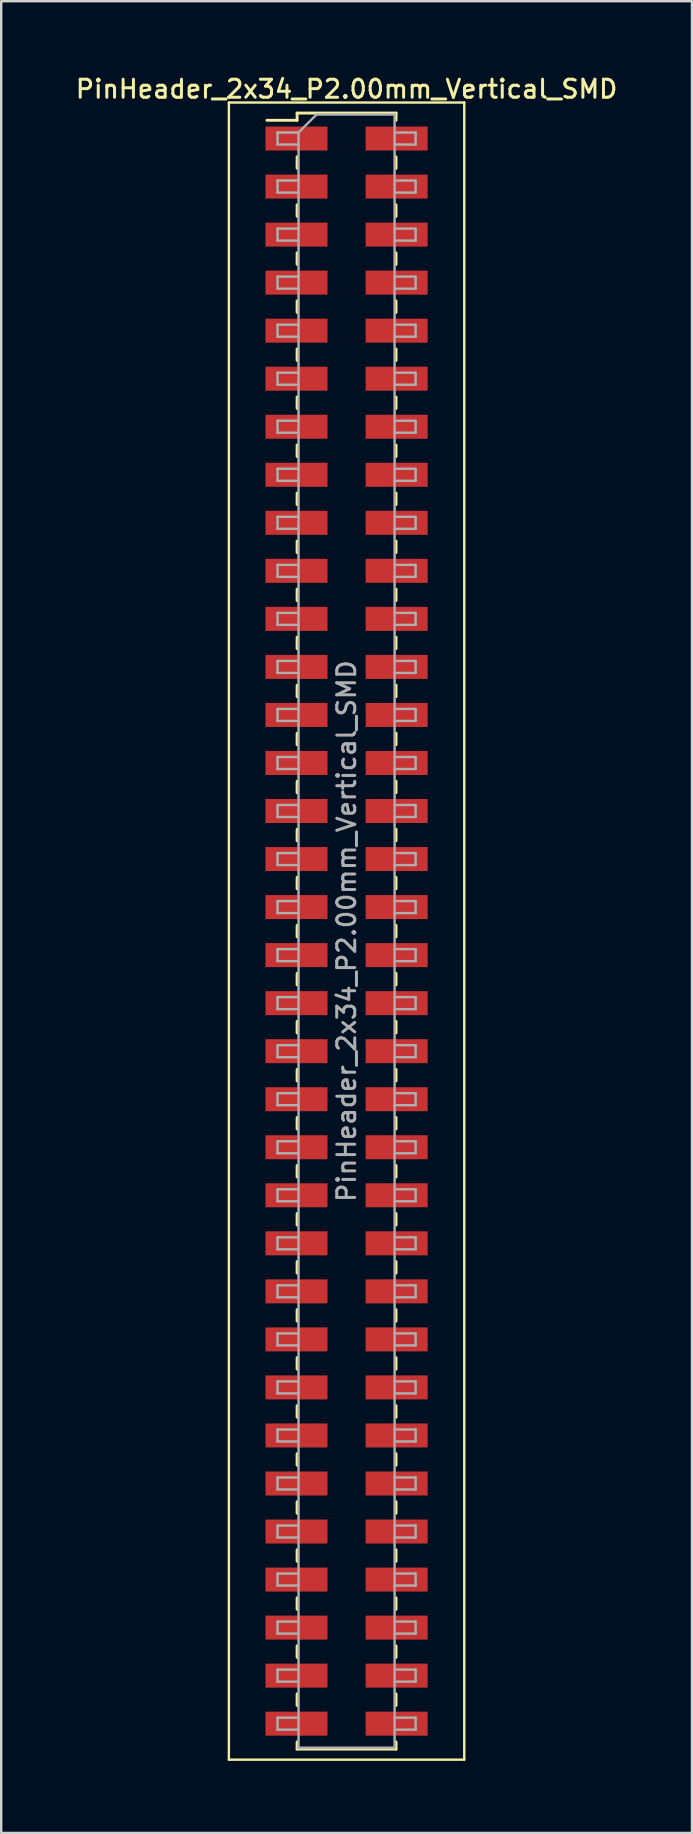
<source format=kicad_pcb>
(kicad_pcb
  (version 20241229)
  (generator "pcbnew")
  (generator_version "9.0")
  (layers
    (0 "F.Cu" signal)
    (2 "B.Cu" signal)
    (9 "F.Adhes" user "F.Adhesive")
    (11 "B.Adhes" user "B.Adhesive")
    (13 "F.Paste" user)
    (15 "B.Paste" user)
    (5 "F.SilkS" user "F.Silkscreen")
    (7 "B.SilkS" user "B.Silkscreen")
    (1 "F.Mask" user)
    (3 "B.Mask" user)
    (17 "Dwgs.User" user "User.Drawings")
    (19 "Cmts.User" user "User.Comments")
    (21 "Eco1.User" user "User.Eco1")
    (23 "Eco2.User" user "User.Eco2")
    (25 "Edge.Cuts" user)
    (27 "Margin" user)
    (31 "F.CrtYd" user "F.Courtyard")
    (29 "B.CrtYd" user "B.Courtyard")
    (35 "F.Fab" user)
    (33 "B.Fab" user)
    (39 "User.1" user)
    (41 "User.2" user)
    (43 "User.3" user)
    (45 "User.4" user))
  (footprint "PinHeader_2x34_P2.00mm_Vertical_SMD"
    (layer "F.Cu")
    (at 11.38 35.718)
    (property "Reference" "PinHeader_2x34_P2.00mm_Vertical_SMD" (at 0 -35.06 0) (layer "F.SilkS") (effects (font (size 0.75 0.75) (thickness 0.125))))
    (attr smd)
    (fp_line (start -4.9 -34.5) (end -4.9 34.5) (stroke (width 0.1) (type solid)) (layer "F.SilkS"))
    (fp_line (start -4.9 34.5) (end 4.9 34.5) (stroke (width 0.1) (type solid)) (layer "F.SilkS"))
    (fp_line (start -3.315 -33.76) (end -2.06 -33.76) (stroke (width 0.12) (type solid)) (layer "F.SilkS"))
    (fp_line (start -2.06 -34.06) (end -2.06 -33.76) (stroke (width 0.12) (type solid)) (layer "F.SilkS"))
    (fp_line (start -2.06 -34.06) (end 2.06 -34.06) (stroke (width 0.12) (type solid)) (layer "F.SilkS"))
    (fp_line (start -2.06 -32.24) (end -2.06 -31.76) (stroke (width 0.12) (type solid)) (layer "F.SilkS"))
    (fp_line (start -2.06 -30.24) (end -2.06 -29.76) (stroke (width 0.12) (type solid)) (layer "F.SilkS"))
    (fp_line (start -2.06 -28.24) (end -2.06 -27.76) (stroke (width 0.12) (type solid)) (layer "F.SilkS"))
    (fp_line (start -2.06 -26.24) (end -2.06 -25.76) (stroke (width 0.12) (type solid)) (layer "F.SilkS"))
    (fp_line (start -2.06 -24.24) (end -2.06 -23.76) (stroke (width 0.12) (type solid)) (layer "F.SilkS"))
    (fp_line (start -2.06 -22.24) (end -2.06 -21.76) (stroke (width 0.12) (type solid)) (layer "F.SilkS"))
    (fp_line (start -2.06 -20.24) (end -2.06 -19.76) (stroke (width 0.12) (type solid)) (layer "F.SilkS"))
    (fp_line (start -2.06 -18.24) (end -2.06 -17.76) (stroke (width 0.12) (type solid)) (layer "F.SilkS"))
    (fp_line (start -2.06 -16.24) (end -2.06 -15.76) (stroke (width 0.12) (type solid)) (layer "F.SilkS"))
    (fp_line (start -2.06 -14.24) (end -2.06 -13.76) (stroke (width 0.12) (type solid)) (layer "F.SilkS"))
    (fp_line (start -2.06 -12.24) (end -2.06 -11.76) (stroke (width 0.12) (type solid)) (layer "F.SilkS"))
    (fp_line (start -2.06 -10.24) (end -2.06 -9.76) (stroke (width 0.12) (type solid)) (layer "F.SilkS"))
    (fp_line (start -2.06 -8.24) (end -2.06 -7.76) (stroke (width 0.12) (type solid)) (layer "F.SilkS"))
    (fp_line (start -2.06 -6.24) (end -2.06 -5.76) (stroke (width 0.12) (type solid)) (layer "F.SilkS"))
    (fp_line (start -2.06 -4.24) (end -2.06 -3.76) (stroke (width 0.12) (type solid)) (layer "F.SilkS"))
    (fp_line (start -2.06 -2.24) (end -2.06 -1.76) (stroke (width 0.12) (type solid)) (layer "F.SilkS"))
    (fp_line (start -2.06 -0.24) (end -2.06 0.24) (stroke (width 0.12) (type solid)) (layer "F.SilkS"))
    (fp_line (start -2.06 1.76) (end -2.06 2.24) (stroke (width 0.12) (type solid)) (layer "F.SilkS"))
    (fp_line (start -2.06 3.76) (end -2.06 4.24) (stroke (width 0.12) (type solid)) (layer "F.SilkS"))
    (fp_line (start -2.06 5.76) (end -2.06 6.24) (stroke (width 0.12) (type solid)) (layer "F.SilkS"))
    (fp_line (start -2.06 7.76) (end -2.06 8.24) (stroke (width 0.12) (type solid)) (layer "F.SilkS"))
    (fp_line (start -2.06 9.76) (end -2.06 10.24) (stroke (width 0.12) (type solid)) (layer "F.SilkS"))
    (fp_line (start -2.06 11.76) (end -2.06 12.24) (stroke (width 0.12) (type solid)) (layer "F.SilkS"))
    (fp_line (start -2.06 13.76) (end -2.06 14.24) (stroke (width 0.12) (type solid)) (layer "F.SilkS"))
    (fp_line (start -2.06 15.76) (end -2.06 16.24) (stroke (width 0.12) (type solid)) (layer "F.SilkS"))
    (fp_line (start -2.06 17.76) (end -2.06 18.24) (stroke (width 0.12) (type solid)) (layer "F.SilkS"))
    (fp_line (start -2.06 19.76) (end -2.06 20.24) (stroke (width 0.12) (type solid)) (layer "F.SilkS"))
    (fp_line (start -2.06 21.76) (end -2.06 22.24) (stroke (width 0.12) (type solid)) (layer "F.SilkS"))
    (fp_line (start -2.06 23.76) (end -2.06 24.24) (stroke (width 0.12) (type solid)) (layer "F.SilkS"))
    (fp_line (start -2.06 25.76) (end -2.06 26.24) (stroke (width 0.12) (type solid)) (layer "F.SilkS"))
    (fp_line (start -2.06 27.76) (end -2.06 28.24) (stroke (width 0.12) (type solid)) (layer "F.SilkS"))
    (fp_line (start -2.06 29.76) (end -2.06 30.24) (stroke (width 0.12) (type solid)) (layer "F.SilkS"))
    (fp_line (start -2.06 31.76) (end -2.06 32.24) (stroke (width 0.12) (type solid)) (layer "F.SilkS"))
    (fp_line (start -2.06 33.76) (end -2.06 34.06) (stroke (width 0.12) (type solid)) (layer "F.SilkS"))
    (fp_line (start -2.06 34.06) (end 2.06 34.06) (stroke (width 0.12) (type solid)) (layer "F.SilkS"))
    (fp_line (start 2.06 -34.06) (end 2.06 -33.76) (stroke (width 0.12) (type solid)) (layer "F.SilkS"))
    (fp_line (start 2.06 -32.24) (end 2.06 -31.76) (stroke (width 0.12) (type solid)) (layer "F.SilkS"))
    (fp_line (start 2.06 -30.24) (end 2.06 -29.76) (stroke (width 0.12) (type solid)) (layer "F.SilkS"))
    (fp_line (start 2.06 -28.24) (end 2.06 -27.76) (stroke (width 0.12) (type solid)) (layer "F.SilkS"))
    (fp_line (start 2.06 -26.24) (end 2.06 -25.76) (stroke (width 0.12) (type solid)) (layer "F.SilkS"))
    (fp_line (start 2.06 -24.24) (end 2.06 -23.76) (stroke (width 0.12) (type solid)) (layer "F.SilkS"))
    (fp_line (start 2.06 -22.24) (end 2.06 -21.76) (stroke (width 0.12) (type solid)) (layer "F.SilkS"))
    (fp_line (start 2.06 -20.24) (end 2.06 -19.76) (stroke (width 0.12) (type solid)) (layer "F.SilkS"))
    (fp_line (start 2.06 -18.24) (end 2.06 -17.76) (stroke (width 0.12) (type solid)) (layer "F.SilkS"))
    (fp_line (start 2.06 -16.24) (end 2.06 -15.76) (stroke (width 0.12) (type solid)) (layer "F.SilkS"))
    (fp_line (start 2.06 -14.24) (end 2.06 -13.76) (stroke (width 0.12) (type solid)) (layer "F.SilkS"))
    (fp_line (start 2.06 -12.24) (end 2.06 -11.76) (stroke (width 0.12) (type solid)) (layer "F.SilkS"))
    (fp_line (start 2.06 -10.24) (end 2.06 -9.76) (stroke (width 0.12) (type solid)) (layer "F.SilkS"))
    (fp_line (start 2.06 -8.24) (end 2.06 -7.76) (stroke (width 0.12) (type solid)) (layer "F.SilkS"))
    (fp_line (start 2.06 -6.24) (end 2.06 -5.76) (stroke (width 0.12) (type solid)) (layer "F.SilkS"))
    (fp_line (start 2.06 -4.24) (end 2.06 -3.76) (stroke (width 0.12) (type solid)) (layer "F.SilkS"))
    (fp_line (start 2.06 -2.24) (end 2.06 -1.76) (stroke (width 0.12) (type solid)) (layer "F.SilkS"))
    (fp_line (start 2.06 -0.24) (end 2.06 0.24) (stroke (width 0.12) (type solid)) (layer "F.SilkS"))
    (fp_line (start 2.06 1.76) (end 2.06 2.24) (stroke (width 0.12) (type solid)) (layer "F.SilkS"))
    (fp_line (start 2.06 3.76) (end 2.06 4.24) (stroke (width 0.12) (type solid)) (layer "F.SilkS"))
    (fp_line (start 2.06 5.76) (end 2.06 6.24) (stroke (width 0.12) (type solid)) (layer "F.SilkS"))
    (fp_line (start 2.06 7.76) (end 2.06 8.24) (stroke (width 0.12) (type solid)) (layer "F.SilkS"))
    (fp_line (start 2.06 9.76) (end 2.06 10.24) (stroke (width 0.12) (type solid)) (layer "F.SilkS"))
    (fp_line (start 2.06 11.76) (end 2.06 12.24) (stroke (width 0.12) (type solid)) (layer "F.SilkS"))
    (fp_line (start 2.06 13.76) (end 2.06 14.24) (stroke (width 0.12) (type solid)) (layer "F.SilkS"))
    (fp_line (start 2.06 15.76) (end 2.06 16.24) (stroke (width 0.12) (type solid)) (layer "F.SilkS"))
    (fp_line (start 2.06 17.76) (end 2.06 18.24) (stroke (width 0.12) (type solid)) (layer "F.SilkS"))
    (fp_line (start 2.06 19.76) (end 2.06 20.24) (stroke (width 0.12) (type solid)) (layer "F.SilkS"))
    (fp_line (start 2.06 21.76) (end 2.06 22.24) (stroke (width 0.12) (type solid)) (layer "F.SilkS"))
    (fp_line (start 2.06 23.76) (end 2.06 24.24) (stroke (width 0.12) (type solid)) (layer "F.SilkS"))
    (fp_line (start 2.06 25.76) (end 2.06 26.24) (stroke (width 0.12) (type solid)) (layer "F.SilkS"))
    (fp_line (start 2.06 27.76) (end 2.06 28.24) (stroke (width 0.12) (type solid)) (layer "F.SilkS"))
    (fp_line (start 2.06 29.76) (end 2.06 30.24) (stroke (width 0.12) (type solid)) (layer "F.SilkS"))
    (fp_line (start 2.06 31.76) (end 2.06 32.24) (stroke (width 0.12) (type solid)) (layer "F.SilkS"))
    (fp_line (start 2.06 33.76) (end 2.06 34.06) (stroke (width 0.12) (type solid)) (layer "F.SilkS"))
    (fp_line (start 4.9 -34.5) (end -4.9 -34.5) (stroke (width 0.1) (type solid)) (layer "F.SilkS"))
    (fp_line (start 4.9 34.5) (end 4.9 -34.5) (stroke (width 0.1) (type solid)) (layer "F.SilkS"))
    (fp_line (start -2.875 -33.25) (end -2.875 -32.75) (stroke (width 0.1) (type solid)) (layer "F.Fab"))
    (fp_line (start -2.875 -32.75) (end -2 -32.75) (stroke (width 0.1) (type solid)) (layer "F.Fab"))
    (fp_line (start -2.875 -31.25) (end -2.875 -30.75) (stroke (width 0.1) (type solid)) (layer "F.Fab"))
    (fp_line (start -2.875 -30.75) (end -2 -30.75) (stroke (width 0.1) (type solid)) (layer "F.Fab"))
    (fp_line (start -2.875 -29.25) (end -2.875 -28.75) (stroke (width 0.1) (type solid)) (layer "F.Fab"))
    (fp_line (start -2.875 -28.75) (end -2 -28.75) (stroke (width 0.1) (type solid)) (layer "F.Fab"))
    (fp_line (start -2.875 -27.25) (end -2.875 -26.75) (stroke (width 0.1) (type solid)) (layer "F.Fab"))
    (fp_line (start -2.875 -26.75) (end -2 -26.75) (stroke (width 0.1) (type solid)) (layer "F.Fab"))
    (fp_line (start -2.875 -25.25) (end -2.875 -24.75) (stroke (width 0.1) (type solid)) (layer "F.Fab"))
    (fp_line (start -2.875 -24.75) (end -2 -24.75) (stroke (width 0.1) (type solid)) (layer "F.Fab"))
    (fp_line (start -2.875 -23.25) (end -2.875 -22.75) (stroke (width 0.1) (type solid)) (layer "F.Fab"))
    (fp_line (start -2.875 -22.75) (end -2 -22.75) (stroke (width 0.1) (type solid)) (layer "F.Fab"))
    (fp_line (start -2.875 -21.25) (end -2.875 -20.75) (stroke (width 0.1) (type solid)) (layer "F.Fab"))
    (fp_line (start -2.875 -20.75) (end -2 -20.75) (stroke (width 0.1) (type solid)) (layer "F.Fab"))
    (fp_line (start -2.875 -19.25) (end -2.875 -18.75) (stroke (width 0.1) (type solid)) (layer "F.Fab"))
    (fp_line (start -2.875 -18.75) (end -2 -18.75) (stroke (width 0.1) (type solid)) (layer "F.Fab"))
    (fp_line (start -2.875 -17.25) (end -2.875 -16.75) (stroke (width 0.1) (type solid)) (layer "F.Fab"))
    (fp_line (start -2.875 -16.75) (end -2 -16.75) (stroke (width 0.1) (type solid)) (layer "F.Fab"))
    (fp_line (start -2.875 -15.25) (end -2.875 -14.75) (stroke (width 0.1) (type solid)) (layer "F.Fab"))
    (fp_line (start -2.875 -14.75) (end -2 -14.75) (stroke (width 0.1) (type solid)) (layer "F.Fab"))
    (fp_line (start -2.875 -13.25) (end -2.875 -12.75) (stroke (width 0.1) (type solid)) (layer "F.Fab"))
    (fp_line (start -2.875 -12.75) (end -2 -12.75) (stroke (width 0.1) (type solid)) (layer "F.Fab"))
    (fp_line (start -2.875 -11.25) (end -2.875 -10.75) (stroke (width 0.1) (type solid)) (layer "F.Fab"))
    (fp_line (start -2.875 -10.75) (end -2 -10.75) (stroke (width 0.1) (type solid)) (layer "F.Fab"))
    (fp_line (start -2.875 -9.25) (end -2.875 -8.75) (stroke (width 0.1) (type solid)) (layer "F.Fab"))
    (fp_line (start -2.875 -8.75) (end -2 -8.75) (stroke (width 0.1) (type solid)) (layer "F.Fab"))
    (fp_line (start -2.875 -7.25) (end -2.875 -6.75) (stroke (width 0.1) (type solid)) (layer "F.Fab"))
    (fp_line (start -2.875 -6.75) (end -2 -6.75) (stroke (width 0.1) (type solid)) (layer "F.Fab"))
    (fp_line (start -2.875 -5.25) (end -2.875 -4.75) (stroke (width 0.1) (type solid)) (layer "F.Fab"))
    (fp_line (start -2.875 -4.75) (end -2 -4.75) (stroke (width 0.1) (type solid)) (layer "F.Fab"))
    (fp_line (start -2.875 -3.25) (end -2.875 -2.75) (stroke (width 0.1) (type solid)) (layer "F.Fab"))
    (fp_line (start -2.875 -2.75) (end -2 -2.75) (stroke (width 0.1) (type solid)) (layer "F.Fab"))
    (fp_line (start -2.875 -1.25) (end -2.875 -0.75) (stroke (width 0.1) (type solid)) (layer "F.Fab"))
    (fp_line (start -2.875 -0.75) (end -2 -0.75) (stroke (width 0.1) (type solid)) (layer "F.Fab"))
    (fp_line (start -2.875 0.75) (end -2.875 1.25) (stroke (width 0.1) (type solid)) (layer "F.Fab"))
    (fp_line (start -2.875 1.25) (end -2 1.25) (stroke (width 0.1) (type solid)) (layer "F.Fab"))
    (fp_line (start -2.875 2.75) (end -2.875 3.25) (stroke (width 0.1) (type solid)) (layer "F.Fab"))
    (fp_line (start -2.875 3.25) (end -2 3.25) (stroke (width 0.1) (type solid)) (layer "F.Fab"))
    (fp_line (start -2.875 4.75) (end -2.875 5.25) (stroke (width 0.1) (type solid)) (layer "F.Fab"))
    (fp_line (start -2.875 5.25) (end -2 5.25) (stroke (width 0.1) (type solid)) (layer "F.Fab"))
    (fp_line (start -2.875 6.75) (end -2.875 7.25) (stroke (width 0.1) (type solid)) (layer "F.Fab"))
    (fp_line (start -2.875 7.25) (end -2 7.25) (stroke (width 0.1) (type solid)) (layer "F.Fab"))
    (fp_line (start -2.875 8.75) (end -2.875 9.25) (stroke (width 0.1) (type solid)) (layer "F.Fab"))
    (fp_line (start -2.875 9.25) (end -2 9.25) (stroke (width 0.1) (type solid)) (layer "F.Fab"))
    (fp_line (start -2.875 10.75) (end -2.875 11.25) (stroke (width 0.1) (type solid)) (layer "F.Fab"))
    (fp_line (start -2.875 11.25) (end -2 11.25) (stroke (width 0.1) (type solid)) (layer "F.Fab"))
    (fp_line (start -2.875 12.75) (end -2.875 13.25) (stroke (width 0.1) (type solid)) (layer "F.Fab"))
    (fp_line (start -2.875 13.25) (end -2 13.25) (stroke (width 0.1) (type solid)) (layer "F.Fab"))
    (fp_line (start -2.875 14.75) (end -2.875 15.25) (stroke (width 0.1) (type solid)) (layer "F.Fab"))
    (fp_line (start -2.875 15.25) (end -2 15.25) (stroke (width 0.1) (type solid)) (layer "F.Fab"))
    (fp_line (start -2.875 16.75) (end -2.875 17.25) (stroke (width 0.1) (type solid)) (layer "F.Fab"))
    (fp_line (start -2.875 17.25) (end -2 17.25) (stroke (width 0.1) (type solid)) (layer "F.Fab"))
    (fp_line (start -2.875 18.75) (end -2.875 19.25) (stroke (width 0.1) (type solid)) (layer "F.Fab"))
    (fp_line (start -2.875 19.25) (end -2 19.25) (stroke (width 0.1) (type solid)) (layer "F.Fab"))
    (fp_line (start -2.875 20.75) (end -2.875 21.25) (stroke (width 0.1) (type solid)) (layer "F.Fab"))
    (fp_line (start -2.875 21.25) (end -2 21.25) (stroke (width 0.1) (type solid)) (layer "F.Fab"))
    (fp_line (start -2.875 22.75) (end -2.875 23.25) (stroke (width 0.1) (type solid)) (layer "F.Fab"))
    (fp_line (start -2.875 23.25) (end -2 23.25) (stroke (width 0.1) (type solid)) (layer "F.Fab"))
    (fp_line (start -2.875 24.75) (end -2.875 25.25) (stroke (width 0.1) (type solid)) (layer "F.Fab"))
    (fp_line (start -2.875 25.25) (end -2 25.25) (stroke (width 0.1) (type solid)) (layer "F.Fab"))
    (fp_line (start -2.875 26.75) (end -2.875 27.25) (stroke (width 0.1) (type solid)) (layer "F.Fab"))
    (fp_line (start -2.875 27.25) (end -2 27.25) (stroke (width 0.1) (type solid)) (layer "F.Fab"))
    (fp_line (start -2.875 28.75) (end -2.875 29.25) (stroke (width 0.1) (type solid)) (layer "F.Fab"))
    (fp_line (start -2.875 29.25) (end -2 29.25) (stroke (width 0.1) (type solid)) (layer "F.Fab"))
    (fp_line (start -2.875 30.75) (end -2.875 31.25) (stroke (width 0.1) (type solid)) (layer "F.Fab"))
    (fp_line (start -2.875 31.25) (end -2 31.25) (stroke (width 0.1) (type solid)) (layer "F.Fab"))
    (fp_line (start -2.875 32.75) (end -2.875 33.25) (stroke (width 0.1) (type solid)) (layer "F.Fab"))
    (fp_line (start -2.875 33.25) (end -2 33.25) (stroke (width 0.1) (type solid)) (layer "F.Fab"))
    (fp_line (start -2 -33.25) (end -2.875 -33.25) (stroke (width 0.1) (type solid)) (layer "F.Fab"))
    (fp_line (start -2 -33.25) (end -1.25 -34) (stroke (width 0.1) (type solid)) (layer "F.Fab"))
    (fp_line (start -2 -31.25) (end -2.875 -31.25) (stroke (width 0.1) (type solid)) (layer "F.Fab"))
    (fp_line (start -2 -29.25) (end -2.875 -29.25) (stroke (width 0.1) (type solid)) (layer "F.Fab"))
    (fp_line (start -2 -27.25) (end -2.875 -27.25) (stroke (width 0.1) (type solid)) (layer "F.Fab"))
    (fp_line (start -2 -25.25) (end -2.875 -25.25) (stroke (width 0.1) (type solid)) (layer "F.Fab"))
    (fp_line (start -2 -23.25) (end -2.875 -23.25) (stroke (width 0.1) (type solid)) (layer "F.Fab"))
    (fp_line (start -2 -21.25) (end -2.875 -21.25) (stroke (width 0.1) (type solid)) (layer "F.Fab"))
    (fp_line (start -2 -19.25) (end -2.875 -19.25) (stroke (width 0.1) (type solid)) (layer "F.Fab"))
    (fp_line (start -2 -17.25) (end -2.875 -17.25) (stroke (width 0.1) (type solid)) (layer "F.Fab"))
    (fp_line (start -2 -15.25) (end -2.875 -15.25) (stroke (width 0.1) (type solid)) (layer "F.Fab"))
    (fp_line (start -2 -13.25) (end -2.875 -13.25) (stroke (width 0.1) (type solid)) (layer "F.Fab"))
    (fp_line (start -2 -11.25) (end -2.875 -11.25) (stroke (width 0.1) (type solid)) (layer "F.Fab"))
    (fp_line (start -2 -9.25) (end -2.875 -9.25) (stroke (width 0.1) (type solid)) (layer "F.Fab"))
    (fp_line (start -2 -7.25) (end -2.875 -7.25) (stroke (width 0.1) (type solid)) (layer "F.Fab"))
    (fp_line (start -2 -5.25) (end -2.875 -5.25) (stroke (width 0.1) (type solid)) (layer "F.Fab"))
    (fp_line (start -2 -3.25) (end -2.875 -3.25) (stroke (width 0.1) (type solid)) (layer "F.Fab"))
    (fp_line (start -2 -1.25) (end -2.875 -1.25) (stroke (width 0.1) (type solid)) (layer "F.Fab"))
    (fp_line (start -2 0.75) (end -2.875 0.75) (stroke (width 0.1) (type solid)) (layer "F.Fab"))
    (fp_line (start -2 2.75) (end -2.875 2.75) (stroke (width 0.1) (type solid)) (layer "F.Fab"))
    (fp_line (start -2 4.75) (end -2.875 4.75) (stroke (width 0.1) (type solid)) (layer "F.Fab"))
    (fp_line (start -2 6.75) (end -2.875 6.75) (stroke (width 0.1) (type solid)) (layer "F.Fab"))
    (fp_line (start -2 8.75) (end -2.875 8.75) (stroke (width 0.1) (type solid)) (layer "F.Fab"))
    (fp_line (start -2 10.75) (end -2.875 10.75) (stroke (width 0.1) (type solid)) (layer "F.Fab"))
    (fp_line (start -2 12.75) (end -2.875 12.75) (stroke (width 0.1) (type solid)) (layer "F.Fab"))
    (fp_line (start -2 14.75) (end -2.875 14.75) (stroke (width 0.1) (type solid)) (layer "F.Fab"))
    (fp_line (start -2 16.75) (end -2.875 16.75) (stroke (width 0.1) (type solid)) (layer "F.Fab"))
    (fp_line (start -2 18.75) (end -2.875 18.75) (stroke (width 0.1) (type solid)) (layer "F.Fab"))
    (fp_line (start -2 20.75) (end -2.875 20.75) (stroke (width 0.1) (type solid)) (layer "F.Fab"))
    (fp_line (start -2 22.75) (end -2.875 22.75) (stroke (width 0.1) (type solid)) (layer "F.Fab"))
    (fp_line (start -2 24.75) (end -2.875 24.75) (stroke (width 0.1) (type solid)) (layer "F.Fab"))
    (fp_line (start -2 26.75) (end -2.875 26.75) (stroke (width 0.1) (type solid)) (layer "F.Fab"))
    (fp_line (start -2 28.75) (end -2.875 28.75) (stroke (width 0.1) (type solid)) (layer "F.Fab"))
    (fp_line (start -2 30.75) (end -2.875 30.75) (stroke (width 0.1) (type solid)) (layer "F.Fab"))
    (fp_line (start -2 32.75) (end -2.875 32.75) (stroke (width 0.1) (type solid)) (layer "F.Fab"))
    (fp_line (start -2 34) (end -2 -33.25) (stroke (width 0.1) (type solid)) (layer "F.Fab"))
    (fp_line (start -1.25 -34) (end 2 -34) (stroke (width 0.1) (type solid)) (layer "F.Fab"))
    (fp_line (start 2 -34) (end 2 34) (stroke (width 0.1) (type solid)) (layer "F.Fab"))
    (fp_line (start 2 -33.25) (end 2.875 -33.25) (stroke (width 0.1) (type solid)) (layer "F.Fab"))
    (fp_line (start 2 -31.25) (end 2.875 -31.25) (stroke (width 0.1) (type solid)) (layer "F.Fab"))
    (fp_line (start 2 -29.25) (end 2.875 -29.25) (stroke (width 0.1) (type solid)) (layer "F.Fab"))
    (fp_line (start 2 -27.25) (end 2.875 -27.25) (stroke (width 0.1) (type solid)) (layer "F.Fab"))
    (fp_line (start 2 -25.25) (end 2.875 -25.25) (stroke (width 0.1) (type solid)) (layer "F.Fab"))
    (fp_line (start 2 -23.25) (end 2.875 -23.25) (stroke (width 0.1) (type solid)) (layer "F.Fab"))
    (fp_line (start 2 -21.25) (end 2.875 -21.25) (stroke (width 0.1) (type solid)) (layer "F.Fab"))
    (fp_line (start 2 -19.25) (end 2.875 -19.25) (stroke (width 0.1) (type solid)) (layer "F.Fab"))
    (fp_line (start 2 -17.25) (end 2.875 -17.25) (stroke (width 0.1) (type solid)) (layer "F.Fab"))
    (fp_line (start 2 -15.25) (end 2.875 -15.25) (stroke (width 0.1) (type solid)) (layer "F.Fab"))
    (fp_line (start 2 -13.25) (end 2.875 -13.25) (stroke (width 0.1) (type solid)) (layer "F.Fab"))
    (fp_line (start 2 -11.25) (end 2.875 -11.25) (stroke (width 0.1) (type solid)) (layer "F.Fab"))
    (fp_line (start 2 -9.25) (end 2.875 -9.25) (stroke (width 0.1) (type solid)) (layer "F.Fab"))
    (fp_line (start 2 -7.25) (end 2.875 -7.25) (stroke (width 0.1) (type solid)) (layer "F.Fab"))
    (fp_line (start 2 -5.25) (end 2.875 -5.25) (stroke (width 0.1) (type solid)) (layer "F.Fab"))
    (fp_line (start 2 -3.25) (end 2.875 -3.25) (stroke (width 0.1) (type solid)) (layer "F.Fab"))
    (fp_line (start 2 -1.25) (end 2.875 -1.25) (stroke (width 0.1) (type solid)) (layer "F.Fab"))
    (fp_line (start 2 0.75) (end 2.875 0.75) (stroke (width 0.1) (type solid)) (layer "F.Fab"))
    (fp_line (start 2 2.75) (end 2.875 2.75) (stroke (width 0.1) (type solid)) (layer "F.Fab"))
    (fp_line (start 2 4.75) (end 2.875 4.75) (stroke (width 0.1) (type solid)) (layer "F.Fab"))
    (fp_line (start 2 6.75) (end 2.875 6.75) (stroke (width 0.1) (type solid)) (layer "F.Fab"))
    (fp_line (start 2 8.75) (end 2.875 8.75) (stroke (width 0.1) (type solid)) (layer "F.Fab"))
    (fp_line (start 2 10.75) (end 2.875 10.75) (stroke (width 0.1) (type solid)) (layer "F.Fab"))
    (fp_line (start 2 12.75) (end 2.875 12.75) (stroke (width 0.1) (type solid)) (layer "F.Fab"))
    (fp_line (start 2 14.75) (end 2.875 14.75) (stroke (width 0.1) (type solid)) (layer "F.Fab"))
    (fp_line (start 2 16.75) (end 2.875 16.75) (stroke (width 0.1) (type solid)) (layer "F.Fab"))
    (fp_line (start 2 18.75) (end 2.875 18.75) (stroke (width 0.1) (type solid)) (layer "F.Fab"))
    (fp_line (start 2 20.75) (end 2.875 20.75) (stroke (width 0.1) (type solid)) (layer "F.Fab"))
    (fp_line (start 2 22.75) (end 2.875 22.75) (stroke (width 0.1) (type solid)) (layer "F.Fab"))
    (fp_line (start 2 24.75) (end 2.875 24.75) (stroke (width 0.1) (type solid)) (layer "F.Fab"))
    (fp_line (start 2 26.75) (end 2.875 26.75) (stroke (width 0.1) (type solid)) (layer "F.Fab"))
    (fp_line (start 2 28.75) (end 2.875 28.75) (stroke (width 0.1) (type solid)) (layer "F.Fab"))
    (fp_line (start 2 30.75) (end 2.875 30.75) (stroke (width 0.1) (type solid)) (layer "F.Fab"))
    (fp_line (start 2 32.75) (end 2.875 32.75) (stroke (width 0.1) (type solid)) (layer "F.Fab"))
    (fp_line (start 2 34) (end -2 34) (stroke (width 0.1) (type solid)) (layer "F.Fab"))
    (fp_line (start 2.875 -33.25) (end 2.875 -32.75) (stroke (width 0.1) (type solid)) (layer "F.Fab"))
    (fp_line (start 2.875 -32.75) (end 2 -32.75) (stroke (width 0.1) (type solid)) (layer "F.Fab"))
    (fp_line (start 2.875 -31.25) (end 2.875 -30.75) (stroke (width 0.1) (type solid)) (layer "F.Fab"))
    (fp_line (start 2.875 -30.75) (end 2 -30.75) (stroke (width 0.1) (type solid)) (layer "F.Fab"))
    (fp_line (start 2.875 -29.25) (end 2.875 -28.75) (stroke (width 0.1) (type solid)) (layer "F.Fab"))
    (fp_line (start 2.875 -28.75) (end 2 -28.75) (stroke (width 0.1) (type solid)) (layer "F.Fab"))
    (fp_line (start 2.875 -27.25) (end 2.875 -26.75) (stroke (width 0.1) (type solid)) (layer "F.Fab"))
    (fp_line (start 2.875 -26.75) (end 2 -26.75) (stroke (width 0.1) (type solid)) (layer "F.Fab"))
    (fp_line (start 2.875 -25.25) (end 2.875 -24.75) (stroke (width 0.1) (type solid)) (layer "F.Fab"))
    (fp_line (start 2.875 -24.75) (end 2 -24.75) (stroke (width 0.1) (type solid)) (layer "F.Fab"))
    (fp_line (start 2.875 -23.25) (end 2.875 -22.75) (stroke (width 0.1) (type solid)) (layer "F.Fab"))
    (fp_line (start 2.875 -22.75) (end 2 -22.75) (stroke (width 0.1) (type solid)) (layer "F.Fab"))
    (fp_line (start 2.875 -21.25) (end 2.875 -20.75) (stroke (width 0.1) (type solid)) (layer "F.Fab"))
    (fp_line (start 2.875 -20.75) (end 2 -20.75) (stroke (width 0.1) (type solid)) (layer "F.Fab"))
    (fp_line (start 2.875 -19.25) (end 2.875 -18.75) (stroke (width 0.1) (type solid)) (layer "F.Fab"))
    (fp_line (start 2.875 -18.75) (end 2 -18.75) (stroke (width 0.1) (type solid)) (layer "F.Fab"))
    (fp_line (start 2.875 -17.25) (end 2.875 -16.75) (stroke (width 0.1) (type solid)) (layer "F.Fab"))
    (fp_line (start 2.875 -16.75) (end 2 -16.75) (stroke (width 0.1) (type solid)) (layer "F.Fab"))
    (fp_line (start 2.875 -15.25) (end 2.875 -14.75) (stroke (width 0.1) (type solid)) (layer "F.Fab"))
    (fp_line (start 2.875 -14.75) (end 2 -14.75) (stroke (width 0.1) (type solid)) (layer "F.Fab"))
    (fp_line (start 2.875 -13.25) (end 2.875 -12.75) (stroke (width 0.1) (type solid)) (layer "F.Fab"))
    (fp_line (start 2.875 -12.75) (end 2 -12.75) (stroke (width 0.1) (type solid)) (layer "F.Fab"))
    (fp_line (start 2.875 -11.25) (end 2.875 -10.75) (stroke (width 0.1) (type solid)) (layer "F.Fab"))
    (fp_line (start 2.875 -10.75) (end 2 -10.75) (stroke (width 0.1) (type solid)) (layer "F.Fab"))
    (fp_line (start 2.875 -9.25) (end 2.875 -8.75) (stroke (width 0.1) (type solid)) (layer "F.Fab"))
    (fp_line (start 2.875 -8.75) (end 2 -8.75) (stroke (width 0.1) (type solid)) (layer "F.Fab"))
    (fp_line (start 2.875 -7.25) (end 2.875 -6.75) (stroke (width 0.1) (type solid)) (layer "F.Fab"))
    (fp_line (start 2.875 -6.75) (end 2 -6.75) (stroke (width 0.1) (type solid)) (layer "F.Fab"))
    (fp_line (start 2.875 -5.25) (end 2.875 -4.75) (stroke (width 0.1) (type solid)) (layer "F.Fab"))
    (fp_line (start 2.875 -4.75) (end 2 -4.75) (stroke (width 0.1) (type solid)) (layer "F.Fab"))
    (fp_line (start 2.875 -3.25) (end 2.875 -2.75) (stroke (width 0.1) (type solid)) (layer "F.Fab"))
    (fp_line (start 2.875 -2.75) (end 2 -2.75) (stroke (width 0.1) (type solid)) (layer "F.Fab"))
    (fp_line (start 2.875 -1.25) (end 2.875 -0.75) (stroke (width 0.1) (type solid)) (layer "F.Fab"))
    (fp_line (start 2.875 -0.75) (end 2 -0.75) (stroke (width 0.1) (type solid)) (layer "F.Fab"))
    (fp_line (start 2.875 0.75) (end 2.875 1.25) (stroke (width 0.1) (type solid)) (layer "F.Fab"))
    (fp_line (start 2.875 1.25) (end 2 1.25) (stroke (width 0.1) (type solid)) (layer "F.Fab"))
    (fp_line (start 2.875 2.75) (end 2.875 3.25) (stroke (width 0.1) (type solid)) (layer "F.Fab"))
    (fp_line (start 2.875 3.25) (end 2 3.25) (stroke (width 0.1) (type solid)) (layer "F.Fab"))
    (fp_line (start 2.875 4.75) (end 2.875 5.25) (stroke (width 0.1) (type solid)) (layer "F.Fab"))
    (fp_line (start 2.875 5.25) (end 2 5.25) (stroke (width 0.1) (type solid)) (layer "F.Fab"))
    (fp_line (start 2.875 6.75) (end 2.875 7.25) (stroke (width 0.1) (type solid)) (layer "F.Fab"))
    (fp_line (start 2.875 7.25) (end 2 7.25) (stroke (width 0.1) (type solid)) (layer "F.Fab"))
    (fp_line (start 2.875 8.75) (end 2.875 9.25) (stroke (width 0.1) (type solid)) (layer "F.Fab"))
    (fp_line (start 2.875 9.25) (end 2 9.25) (stroke (width 0.1) (type solid)) (layer "F.Fab"))
    (fp_line (start 2.875 10.75) (end 2.875 11.25) (stroke (width 0.1) (type solid)) (layer "F.Fab"))
    (fp_line (start 2.875 11.25) (end 2 11.25) (stroke (width 0.1) (type solid)) (layer "F.Fab"))
    (fp_line (start 2.875 12.75) (end 2.875 13.25) (stroke (width 0.1) (type solid)) (layer "F.Fab"))
    (fp_line (start 2.875 13.25) (end 2 13.25) (stroke (width 0.1) (type solid)) (layer "F.Fab"))
    (fp_line (start 2.875 14.75) (end 2.875 15.25) (stroke (width 0.1) (type solid)) (layer "F.Fab"))
    (fp_line (start 2.875 15.25) (end 2 15.25) (stroke (width 0.1) (type solid)) (layer "F.Fab"))
    (fp_line (start 2.875 16.75) (end 2.875 17.25) (stroke (width 0.1) (type solid)) (layer "F.Fab"))
    (fp_line (start 2.875 17.25) (end 2 17.25) (stroke (width 0.1) (type solid)) (layer "F.Fab"))
    (fp_line (start 2.875 18.75) (end 2.875 19.25) (stroke (width 0.1) (type solid)) (layer "F.Fab"))
    (fp_line (start 2.875 19.25) (end 2 19.25) (stroke (width 0.1) (type solid)) (layer "F.Fab"))
    (fp_line (start 2.875 20.75) (end 2.875 21.25) (stroke (width 0.1) (type solid)) (layer "F.Fab"))
    (fp_line (start 2.875 21.25) (end 2 21.25) (stroke (width 0.1) (type solid)) (layer "F.Fab"))
    (fp_line (start 2.875 22.75) (end 2.875 23.25) (stroke (width 0.1) (type solid)) (layer "F.Fab"))
    (fp_line (start 2.875 23.25) (end 2 23.25) (stroke (width 0.1) (type solid)) (layer "F.Fab"))
    (fp_line (start 2.875 24.75) (end 2.875 25.25) (stroke (width 0.1) (type solid)) (layer "F.Fab"))
    (fp_line (start 2.875 25.25) (end 2 25.25) (stroke (width 0.1) (type solid)) (layer "F.Fab"))
    (fp_line (start 2.875 26.75) (end 2.875 27.25) (stroke (width 0.1) (type solid)) (layer "F.Fab"))
    (fp_line (start 2.875 27.25) (end 2 27.25) (stroke (width 0.1) (type solid)) (layer "F.Fab"))
    (fp_line (start 2.875 28.75) (end 2.875 29.25) (stroke (width 0.1) (type solid)) (layer "F.Fab"))
    (fp_line (start 2.875 29.25) (end 2 29.25) (stroke (width 0.1) (type solid)) (layer "F.Fab"))
    (fp_line (start 2.875 30.75) (end 2.875 31.25) (stroke (width 0.1) (type solid)) (layer "F.Fab"))
    (fp_line (start 2.875 31.25) (end 2 31.25) (stroke (width 0.1) (type solid)) (layer "F.Fab"))
    (fp_line (start 2.875 32.75) (end 2.875 33.25) (stroke (width 0.1) (type solid)) (layer "F.Fab"))
    (fp_line (start 2.875 33.25) (end 2 33.25) (stroke (width 0.1) (type solid)) (layer "F.Fab"))
    (fp_text user "${REFERENCE}" (at 0 0 90) (layer "F.Fab") (effects (font (size 0.75 0.75) (thickness 0.125))))
    (pad "1" smd rect (at -2.085 -33) (size 2.58 1) (layers "F.Cu" "F.Mask" "F.Paste"))
    (pad "2" smd rect (at 2.085 -33) (size 2.58 1) (layers "F.Cu" "F.Mask" "F.Paste"))
    (pad "3" smd rect (at -2.085 -31) (size 2.58 1) (layers "F.Cu" "F.Mask" "F.Paste"))
    (pad "4" smd rect (at 2.085 -31) (size 2.58 1) (layers "F.Cu" "F.Mask" "F.Paste"))
    (pad "5" smd rect (at -2.085 -29) (size 2.58 1) (layers "F.Cu" "F.Mask" "F.Paste"))
    (pad "6" smd rect (at 2.085 -29) (size 2.58 1) (layers "F.Cu" "F.Mask" "F.Paste"))
    (pad "7" smd rect (at -2.085 -27) (size 2.58 1) (layers "F.Cu" "F.Mask" "F.Paste"))
    (pad "8" smd rect (at 2.085 -27) (size 2.58 1) (layers "F.Cu" "F.Mask" "F.Paste"))
    (pad "9" smd rect (at -2.085 -25) (size 2.58 1) (layers "F.Cu" "F.Mask" "F.Paste"))
    (pad "10" smd rect (at 2.085 -25) (size 2.58 1) (layers "F.Cu" "F.Mask" "F.Paste"))
    (pad "11" smd rect (at -2.085 -23) (size 2.58 1) (layers "F.Cu" "F.Mask" "F.Paste"))
    (pad "12" smd rect (at 2.085 -23) (size 2.58 1) (layers "F.Cu" "F.Mask" "F.Paste"))
    (pad "13" smd rect (at -2.085 -21) (size 2.58 1) (layers "F.Cu" "F.Mask" "F.Paste"))
    (pad "14" smd rect (at 2.085 -21) (size 2.58 1) (layers "F.Cu" "F.Mask" "F.Paste"))
    (pad "15" smd rect (at -2.085 -19) (size 2.58 1) (layers "F.Cu" "F.Mask" "F.Paste"))
    (pad "16" smd rect (at 2.085 -19) (size 2.58 1) (layers "F.Cu" "F.Mask" "F.Paste"))
    (pad "17" smd rect (at -2.085 -17) (size 2.58 1) (layers "F.Cu" "F.Mask" "F.Paste"))
    (pad "18" smd rect (at 2.085 -17) (size 2.58 1) (layers "F.Cu" "F.Mask" "F.Paste"))
    (pad "19" smd rect (at -2.085 -15) (size 2.58 1) (layers "F.Cu" "F.Mask" "F.Paste"))
    (pad "20" smd rect (at 2.085 -15) (size 2.58 1) (layers "F.Cu" "F.Mask" "F.Paste"))
    (pad "21" smd rect (at -2.085 -13) (size 2.58 1) (layers "F.Cu" "F.Mask" "F.Paste"))
    (pad "22" smd rect (at 2.085 -13) (size 2.58 1) (layers "F.Cu" "F.Mask" "F.Paste"))
    (pad "23" smd rect (at -2.085 -11) (size 2.58 1) (layers "F.Cu" "F.Mask" "F.Paste"))
    (pad "24" smd rect (at 2.085 -11) (size 2.58 1) (layers "F.Cu" "F.Mask" "F.Paste"))
    (pad "25" smd rect (at -2.085 -9) (size 2.58 1) (layers "F.Cu" "F.Mask" "F.Paste"))
    (pad "26" smd rect (at 2.085 -9) (size 2.58 1) (layers "F.Cu" "F.Mask" "F.Paste"))
    (pad "27" smd rect (at -2.085 -7) (size 2.58 1) (layers "F.Cu" "F.Mask" "F.Paste"))
    (pad "28" smd rect (at 2.085 -7) (size 2.58 1) (layers "F.Cu" "F.Mask" "F.Paste"))
    (pad "29" smd rect (at -2.085 -5) (size 2.58 1) (layers "F.Cu" "F.Mask" "F.Paste"))
    (pad "30" smd rect (at 2.085 -5) (size 2.58 1) (layers "F.Cu" "F.Mask" "F.Paste"))
    (pad "31" smd rect (at -2.085 -3) (size 2.58 1) (layers "F.Cu" "F.Mask" "F.Paste"))
    (pad "32" smd rect (at 2.085 -3) (size 2.58 1) (layers "F.Cu" "F.Mask" "F.Paste"))
    (pad "33" smd rect (at -2.085 -1) (size 2.58 1) (layers "F.Cu" "F.Mask" "F.Paste"))
    (pad "34" smd rect (at 2.085 -1) (size 2.58 1) (layers "F.Cu" "F.Mask" "F.Paste"))
    (pad "35" smd rect (at -2.085 1) (size 2.58 1) (layers "F.Cu" "F.Mask" "F.Paste"))
    (pad "36" smd rect (at 2.085 1) (size 2.58 1) (layers "F.Cu" "F.Mask" "F.Paste"))
    (pad "37" smd rect (at -2.085 3) (size 2.58 1) (layers "F.Cu" "F.Mask" "F.Paste"))
    (pad "38" smd rect (at 2.085 3) (size 2.58 1) (layers "F.Cu" "F.Mask" "F.Paste"))
    (pad "39" smd rect (at -2.085 5) (size 2.58 1) (layers "F.Cu" "F.Mask" "F.Paste"))
    (pad "40" smd rect (at 2.085 5) (size 2.58 1) (layers "F.Cu" "F.Mask" "F.Paste"))
    (pad "41" smd rect (at -2.085 7) (size 2.58 1) (layers "F.Cu" "F.Mask" "F.Paste"))
    (pad "42" smd rect (at 2.085 7) (size 2.58 1) (layers "F.Cu" "F.Mask" "F.Paste"))
    (pad "43" smd rect (at -2.085 9) (size 2.58 1) (layers "F.Cu" "F.Mask" "F.Paste"))
    (pad "44" smd rect (at 2.085 9) (size 2.58 1) (layers "F.Cu" "F.Mask" "F.Paste"))
    (pad "45" smd rect (at -2.085 11) (size 2.58 1) (layers "F.Cu" "F.Mask" "F.Paste"))
    (pad "46" smd rect (at 2.085 11) (size 2.58 1) (layers "F.Cu" "F.Mask" "F.Paste"))
    (pad "47" smd rect (at -2.085 13) (size 2.58 1) (layers "F.Cu" "F.Mask" "F.Paste"))
    (pad "48" smd rect (at 2.085 13) (size 2.58 1) (layers "F.Cu" "F.Mask" "F.Paste"))
    (pad "49" smd rect (at -2.085 15) (size 2.58 1) (layers "F.Cu" "F.Mask" "F.Paste"))
    (pad "50" smd rect (at 2.085 15) (size 2.58 1) (layers "F.Cu" "F.Mask" "F.Paste"))
    (pad "51" smd rect (at -2.085 17) (size 2.58 1) (layers "F.Cu" "F.Mask" "F.Paste"))
    (pad "52" smd rect (at 2.085 17) (size 2.58 1) (layers "F.Cu" "F.Mask" "F.Paste"))
    (pad "53" smd rect (at -2.085 19) (size 2.58 1) (layers "F.Cu" "F.Mask" "F.Paste"))
    (pad "54" smd rect (at 2.085 19) (size 2.58 1) (layers "F.Cu" "F.Mask" "F.Paste"))
    (pad "55" smd rect (at -2.085 21) (size 2.58 1) (layers "F.Cu" "F.Mask" "F.Paste"))
    (pad "56" smd rect (at 2.085 21) (size 2.58 1) (layers "F.Cu" "F.Mask" "F.Paste"))
    (pad "57" smd rect (at -2.085 23) (size 2.58 1) (layers "F.Cu" "F.Mask" "F.Paste"))
    (pad "58" smd rect (at 2.085 23) (size 2.58 1) (layers "F.Cu" "F.Mask" "F.Paste"))
    (pad "59" smd rect (at -2.085 25) (size 2.58 1) (layers "F.Cu" "F.Mask" "F.Paste"))
    (pad "60" smd rect (at 2.085 25) (size 2.58 1) (layers "F.Cu" "F.Mask" "F.Paste"))
    (pad "61" smd rect (at -2.085 27) (size 2.58 1) (layers "F.Cu" "F.Mask" "F.Paste"))
    (pad "62" smd rect (at 2.085 27) (size 2.58 1) (layers "F.Cu" "F.Mask" "F.Paste"))
    (pad "63" smd rect (at -2.085 29) (size 2.58 1) (layers "F.Cu" "F.Mask" "F.Paste"))
    (pad "64" smd rect (at 2.085 29) (size 2.58 1) (layers "F.Cu" "F.Mask" "F.Paste"))
    (pad "65" smd rect (at -2.085 31) (size 2.58 1) (layers "F.Cu" "F.Mask" "F.Paste"))
    (pad "66" smd rect (at 2.085 31) (size 2.58 1) (layers "F.Cu" "F.Mask" "F.Paste"))
    (pad "67" smd rect (at -2.085 33) (size 2.58 1) (layers "F.Cu" "F.Mask" "F.Paste"))
    (pad "68" smd rect (at 2.085 33) (size 2.58 1) (layers "F.Cu" "F.Mask" "F.Paste")))
  (gr_rect
    (start -3 -3)
    (end 25.761 73.268)
    (stroke (width 0.1) (type default))
    (fill no)
    (layer "Edge.Cuts")))
</source>
